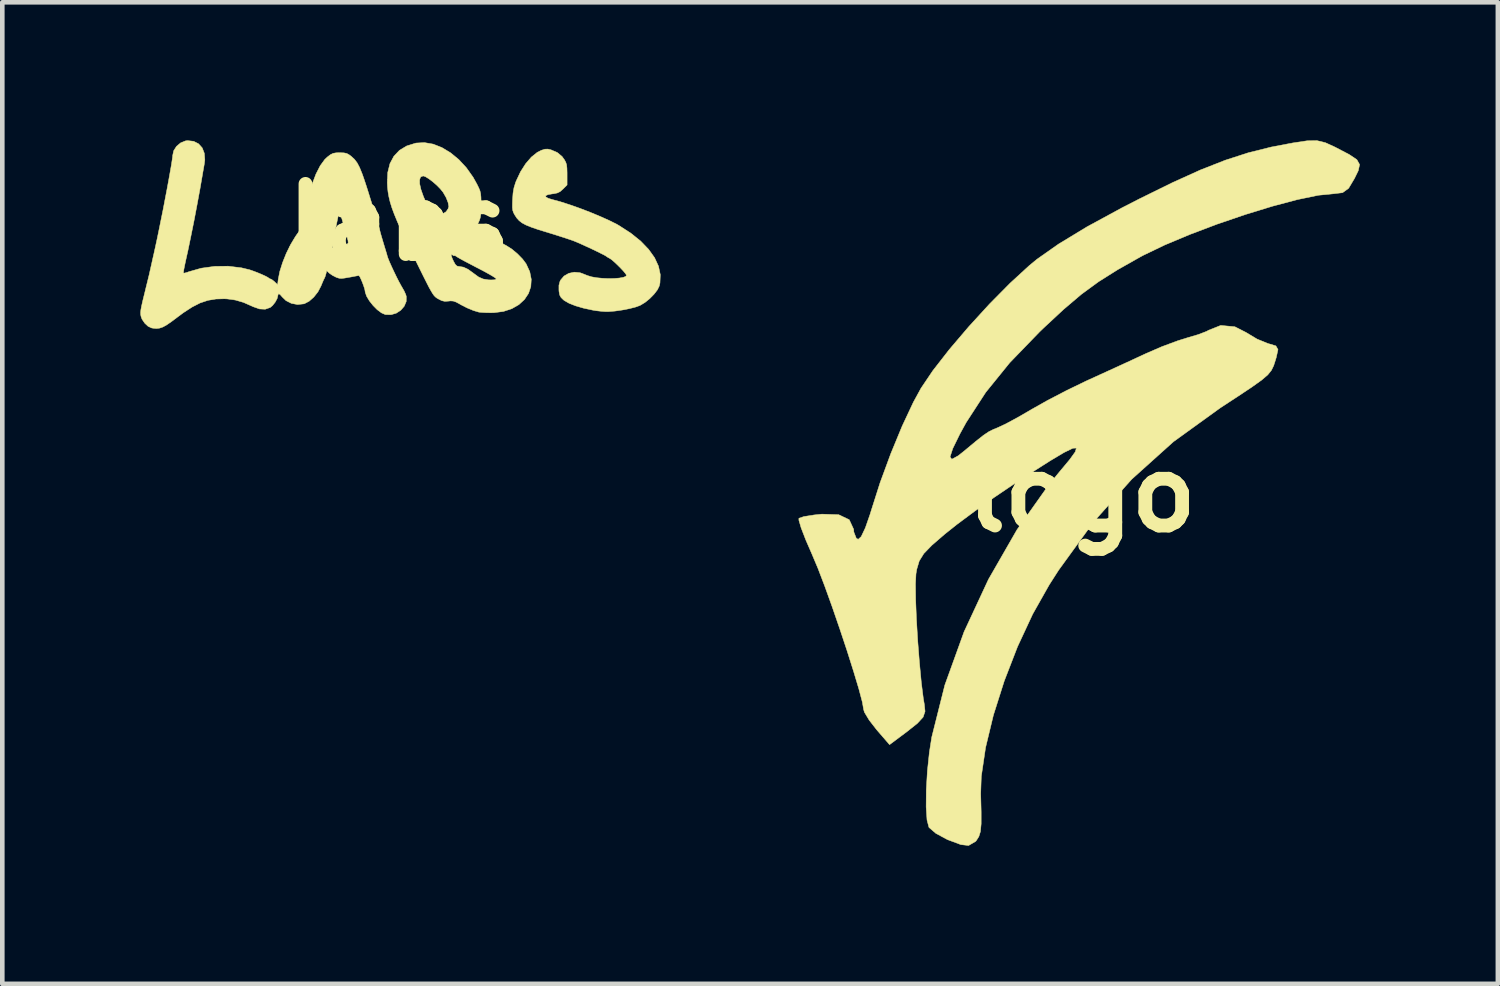
<source format=kicad_pcb>
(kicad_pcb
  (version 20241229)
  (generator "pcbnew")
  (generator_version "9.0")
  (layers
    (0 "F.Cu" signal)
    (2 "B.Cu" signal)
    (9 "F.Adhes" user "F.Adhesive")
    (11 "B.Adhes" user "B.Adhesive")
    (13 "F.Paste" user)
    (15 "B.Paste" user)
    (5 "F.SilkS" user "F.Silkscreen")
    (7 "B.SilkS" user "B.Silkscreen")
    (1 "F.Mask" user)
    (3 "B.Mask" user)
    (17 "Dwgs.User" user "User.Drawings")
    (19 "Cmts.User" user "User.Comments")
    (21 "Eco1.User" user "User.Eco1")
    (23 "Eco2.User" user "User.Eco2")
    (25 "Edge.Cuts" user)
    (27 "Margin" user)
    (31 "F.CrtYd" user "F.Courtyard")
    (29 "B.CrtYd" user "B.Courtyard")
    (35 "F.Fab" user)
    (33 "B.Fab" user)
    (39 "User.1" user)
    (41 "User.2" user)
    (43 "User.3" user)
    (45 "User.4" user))
  (footprint "logo"
    (layer "F.Cu")
    (at 20.454 7.678)
    (property "Reference" "logo" (at 0 0 0) (layer "F.SilkS") (effects (font (size 1.524 1.524) (thickness 0.3))))
    (attr through_hole)
    (fp_poly (pts (xy 5.291 -7.628) (xy 5.509 -7.528) (xy 5.51 -7.527) (xy 5.807 -7.372) (xy 5.975 -7.259) (xy 6.034 -7.153) (xy 6.005 -7.02) (xy 5.922 -6.85) (xy 5.795 -6.637) (xy 5.664 -6.542) (xy 5.469 -6.519) (xy 5.469 -6.519) (xy 5.136 -6.486) (xy 4.683 -6.392) (xy 4.144 -6.249) (xy 3.553 -6.068) (xy 2.943 -5.86) (xy 2.348 -5.635) (xy 1.801 -5.406) (xy 1.337 -5.183) (xy 1.27 -5.147) (xy 0.774 -4.867) (xy 0.363 -4.608) (xy -0.011 -4.334) (xy -0.393 -4.01) (xy -0.832 -3.602) (xy -0.92 -3.517) (xy -1.567 -2.848) (xy -2.088 -2.205) (xy -2.514 -1.549) (xy -2.65 -1.301) (xy -2.805 -0.984) (xy -2.864 -0.802) (xy -2.826 -0.751) (xy -2.689 -0.825) (xy -2.561 -0.926) (xy -2.304 -1.14) (xy -2.137 -1.272) (xy -2.021 -1.35) (xy -1.918 -1.401) (xy -1.828 -1.437) (xy -1.651 -1.52) (xy -1.388 -1.662) (xy -1.093 -1.833) (xy -1.085 -1.838) (xy -0.746 -2.029) (xy -0.331 -2.245) (xy 0.084 -2.446) (xy 0.169 -2.485) (xy 0.566 -2.666) (xy 0.976 -2.854) (xy 1.326 -3.016) (xy 1.397 -3.049) (xy 1.734 -3.195) (xy 2.078 -3.323) (xy 2.286 -3.388) (xy 2.533 -3.461) (xy 2.712 -3.53) (xy 2.752 -3.553) (xy 3.017 -3.658) (xy 3.324 -3.629) (xy 3.566 -3.506) (xy 3.807 -3.361) (xy 4.043 -3.265) (xy 4.065 -3.259) (xy 4.215 -3.214) (xy 4.261 -3.134) (xy 4.223 -2.962) (xy 4.207 -2.908) (xy 4.167 -2.784) (xy 4.118 -2.683) (xy 4.039 -2.585) (xy 3.906 -2.471) (xy 3.696 -2.321) (xy 3.388 -2.116) (xy 3.006 -1.866) (xy 1.99 -1.132) (xy 1.084 -0.317) (xy 0.26 0.604) (xy -0.506 1.66) (xy -0.709 1.977) (xy -1.068 2.613) (xy -1.398 3.322) (xy -1.686 4.066) (xy -1.922 4.809) (xy -2.092 5.513) (xy -2.185 6.141) (xy -2.198 6.514) (xy -2.188 6.909) (xy -2.188 7.171) (xy -2.204 7.338) (xy -2.238 7.447) (xy -2.294 7.535) (xy -2.307 7.551) (xy -2.461 7.641) (xy -2.63 7.621) (xy -2.92 7.513) (xy -3.171 7.378) (xy -3.321 7.249) (xy -3.322 7.247) (xy -3.364 7.089) (xy -3.383 6.805) (xy -3.38 6.436) (xy -3.356 6.024) (xy -3.312 5.609) (xy -3.261 5.286) (xy -2.977 4.155) (xy -2.559 2.998) (xy -2.029 1.859) (xy -1.409 0.78) (xy -0.718 -0.195) (xy -0.469 -0.498) (xy -0.263 -0.745) (xy -0.143 -0.912) (xy -0.119 -0.994) (xy -0.197 -0.99) (xy -0.386 -0.898) (xy -0.693 -0.715) (xy -1.127 -0.439) (xy -1.482 -0.208) (xy -1.899 0.074) (xy -2.328 0.378) (xy -2.714 0.665) (xy -2.979 0.876) (xy -3.259 1.118) (xy -3.434 1.299) (xy -3.533 1.459) (xy -3.587 1.64) (xy -3.604 1.741) (xy -3.615 1.957) (xy -3.611 2.299) (xy -3.594 2.726) (xy -3.566 3.196) (xy -3.529 3.668) (xy -3.488 4.1) (xy -3.444 4.45) (xy -3.423 4.572) (xy -3.407 4.727) (xy -3.449 4.852) (xy -3.573 4.987) (xy -3.807 5.173) (xy -3.846 5.202) (xy -4.178 5.45) (xy -4.46 5.124) (xy -4.622 4.915) (xy -4.724 4.745) (xy -4.741 4.687) (xy -4.769 4.526) (xy -4.845 4.239) (xy -4.96 3.856) (xy -5.101 3.41) (xy -5.26 2.932) (xy -5.425 2.453) (xy -5.586 2.006) (xy -5.732 1.623) (xy -5.854 1.334) (xy -5.856 1.328) (xy -5.997 1.004) (xy -6.099 0.74) (xy -6.148 0.572) (xy -6.147 0.531) (xy -6.04 0.495) (xy -5.821 0.46) (xy -5.648 0.442) (xy -5.283 0.454) (xy -5.054 0.563) (xy -4.958 0.771) (xy -4.954 0.83) (xy -4.902 0.963) (xy -4.86 0.99) (xy -4.794 0.93) (xy -4.703 0.738) (xy -4.602 0.448) (xy -4.576 0.363) (xy -4.383 -0.243) (xy -4.152 -0.87) (xy -3.905 -1.469) (xy -3.661 -1.989) (xy -3.495 -2.293) (xy -3.235 -2.679) (xy -2.878 -3.137) (xy -2.458 -3.63) (xy -2.007 -4.123) (xy -1.558 -4.577) (xy -1.144 -4.957) (xy -0.974 -5.097) (xy -0.509 -5.424) (xy 0.107 -5.798) (xy 0.865 -6.21) (xy 1.253 -6.409) (xy 1.969 -6.761) (xy 2.577 -7.036) (xy 3.114 -7.247) (xy 3.615 -7.409) (xy 4.116 -7.534) (xy 4.579 -7.622) (xy 4.892 -7.669) (xy 5.107 -7.673) (xy 5.291 -7.628)) (stroke (width 0.01) (type solid)) (fill yes) (layer "F.SilkS")))
  (footprint "labs"
    (layer "F.Cu")
    (at 5.619 1.78)
    (property "Reference" "labs" (at 0 0 0) (layer "F.SilkS") (effects (font (size 1.524 1.524) (thickness 0.3))))
    (attr through_hole)
    (fp_poly (pts (xy 3.302 -1.575) (xy 3.439 -1.516) (xy 3.543 -1.429) (xy 3.594 -1.358) (xy 3.622 -1.306) (xy 3.64 -1.251) (xy 3.648 -1.178) (xy 3.651 -1.075) (xy 3.651 -1.039) (xy 3.651 -0.812) (xy 3.562 -0.723) (xy 3.5 -0.668) (xy 3.439 -0.638) (xy 3.358 -0.621) (xy 3.328 -0.618) (xy 3.234 -0.601) (xy 3.187 -0.578) (xy 3.19 -0.551) (xy 3.241 -0.522) (xy 3.319 -0.498) (xy 3.503 -0.448) (xy 3.711 -0.381) (xy 3.932 -0.303) (xy 4.156 -0.217) (xy 4.37 -0.128) (xy 4.564 -0.041) (xy 4.727 0.04) (xy 4.782 0.072) (xy 5.036 0.236) (xy 5.25 0.408) (xy 5.422 0.587) (xy 5.552 0.769) (xy 5.637 0.953) (xy 5.676 1.136) (xy 5.669 1.318) (xy 5.654 1.383) (xy 5.613 1.467) (xy 5.54 1.562) (xy 5.446 1.658) (xy 5.342 1.742) (xy 5.24 1.803) (xy 5.233 1.807) (xy 5.132 1.843) (xy 4.997 1.877) (xy 4.846 1.906) (xy 4.693 1.928) (xy 4.554 1.939) (xy 4.494 1.94) (xy 4.396 1.933) (xy 4.281 1.92) (xy 4.205 1.907) (xy 4.01 1.865) (xy 3.838 1.815) (xy 3.697 1.76) (xy 3.595 1.702) (xy 3.574 1.686) (xy 3.519 1.632) (xy 3.491 1.581) (xy 3.477 1.509) (xy 3.474 1.474) (xy 3.474 1.368) (xy 3.496 1.285) (xy 3.511 1.254) (xy 3.585 1.167) (xy 3.688 1.108) (xy 3.808 1.083) (xy 3.932 1.095) (xy 3.976 1.11) (xy 4.044 1.137) (xy 4.094 1.157) (xy 4.182 1.184) (xy 4.294 1.204) (xy 4.418 1.216) (xy 4.548 1.222) (xy 4.672 1.22) (xy 4.783 1.211) (xy 4.871 1.196) (xy 4.927 1.174) (xy 4.942 1.151) (xy 4.925 1.12) (xy 4.881 1.066) (xy 4.818 0.998) (xy 4.747 0.927) (xy 4.676 0.86) (xy 4.616 0.809) (xy 4.58 0.785) (xy 4.528 0.756) (xy 4.5 0.736) (xy 4.471 0.718) (xy 4.406 0.685) (xy 4.316 0.64) (xy 4.21 0.589) (xy 4.096 0.536) (xy 3.985 0.485) (xy 3.886 0.441) (xy 3.809 0.409) (xy 3.732 0.381) (xy 3.619 0.343) (xy 3.482 0.299) (xy 3.33 0.251) (xy 3.195 0.21) (xy 3.011 0.153) (xy 2.867 0.103) (xy 2.757 0.058) (xy 2.673 0.013) (xy 2.61 -0.036) (xy 2.559 -0.092) (xy 2.515 -0.159) (xy 2.513 -0.162) (xy 2.486 -0.213) (xy 2.47 -0.262) (xy 2.463 -0.324) (xy 2.464 -0.413) (xy 2.467 -0.492) (xy 2.477 -0.635) (xy 2.497 -0.75) (xy 2.531 -0.861) (xy 2.545 -0.897) (xy 2.64 -1.099) (xy 2.751 -1.273) (xy 2.874 -1.416) (xy 3.003 -1.52) (xy 3.093 -1.565) (xy 3.17 -1.589) (xy 3.234 -1.591) (xy 3.302 -1.575)) (stroke (width 0.01) (type solid)) (fill yes) (layer "F.SilkS"))
    (fp_poly (pts (xy 0.742 -1.699) (xy 0.932 -1.624) (xy 1.119 -1.511) (xy 1.298 -1.364) (xy 1.463 -1.186) (xy 1.609 -0.98) (xy 1.694 -0.827) (xy 1.733 -0.747) (xy 1.759 -0.684) (xy 1.773 -0.622) (xy 1.78 -0.548) (xy 1.783 -0.445) (xy 1.783 -0.381) (xy 1.781 -0.256) (xy 1.776 -0.167) (xy 1.765 -0.1) (xy 1.746 -0.041) (xy 1.718 0.02) (xy 1.654 0.15) (xy 1.829 0.238) (xy 1.936 0.293) (xy 2.049 0.352) (xy 2.139 0.401) (xy 2.221 0.446) (xy 2.294 0.486) (xy 2.331 0.506) (xy 2.451 0.582) (xy 2.574 0.685) (xy 2.683 0.797) (xy 2.761 0.901) (xy 2.84 1.072) (xy 2.873 1.239) (xy 2.863 1.398) (xy 2.813 1.545) (xy 2.725 1.677) (xy 2.604 1.788) (xy 2.451 1.876) (xy 2.269 1.936) (xy 2.062 1.963) (xy 1.982 1.964) (xy 1.882 1.962) (xy 1.796 1.957) (xy 1.74 1.952) (xy 1.733 1.951) (xy 1.616 1.916) (xy 1.479 1.859) (xy 1.343 1.79) (xy 1.324 1.778) (xy 1.241 1.733) (xy 1.179 1.711) (xy 1.119 1.707) (xy 1.073 1.712) (xy 0.994 1.717) (xy 0.928 1.702) (xy 0.85 1.662) (xy 0.818 1.643) (xy 0.79 1.621) (xy 0.762 1.592) (xy 0.732 1.551) (xy 0.697 1.493) (xy 0.652 1.413) (xy 0.597 1.305) (xy 0.527 1.166) (xy 0.44 0.99) (xy 0.397 0.903) (xy 0.309 0.722) (xy 1.134 0.722) (xy 1.157 0.787) (xy 1.185 0.848) (xy 1.224 0.917) (xy 1.259 0.95) (xy 1.304 0.959) (xy 1.307 0.959) (xy 1.4 0.974) (xy 1.501 1.022) (xy 1.617 1.106) (xy 1.626 1.113) (xy 1.73 1.189) (xy 1.827 1.231) (xy 1.941 1.25) (xy 2 1.252) (xy 2.075 1.249) (xy 2.108 1.236) (xy 2.109 1.223) (xy 2.085 1.203) (xy 2.024 1.164) (xy 1.933 1.112) (xy 1.82 1.05) (xy 1.692 0.984) (xy 1.561 0.915) (xy 1.442 0.853) (xy 1.345 0.8) (xy 1.276 0.761) (xy 1.245 0.741) (xy 1.214 0.721) (xy 1.205 0.725) (xy 1.19 0.728) (xy 1.168 0.713) (xy 1.138 0.697) (xy 1.134 0.722) (xy 0.309 0.722) (xy 0.258 0.619) (xy 0.14 0.373) (xy 0.042 0.161) (xy -0.039 -0.021) (xy -0.104 -0.179) (xy -0.155 -0.317) (xy -0.193 -0.44) (xy -0.22 -0.553) (xy -0.239 -0.66) (xy -0.25 -0.766) (xy -0.255 -0.862) (xy -0.252 -0.931) (xy 0.447 -0.931) (xy 0.448 -0.838) (xy 0.476 -0.714) (xy 0.53 -0.561) (xy 0.595 -0.413) (xy 0.719 -0.151) (xy 0.845 -0.164) (xy 0.944 -0.184) (xy 1.011 -0.222) (xy 1.027 -0.237) (xy 1.065 -0.292) (xy 1.082 -0.341) (xy 1.082 -0.342) (xy 1.066 -0.429) (xy 1.024 -0.537) (xy 0.961 -0.647) (xy 0.954 -0.657) (xy 0.896 -0.729) (xy 0.819 -0.807) (xy 0.733 -0.882) (xy 0.648 -0.946) (xy 0.575 -0.991) (xy 0.525 -1.008) (xy 0.525 -1.008) (xy 0.472 -0.988) (xy 0.447 -0.931) (xy -0.252 -0.931) (xy -0.245 -1.084) (xy -0.197 -1.276) (xy -0.112 -1.436) (xy 0.009 -1.564) (xy 0.166 -1.659) (xy 0.357 -1.719) (xy 0.369 -1.722) (xy 0.552 -1.732) (xy 0.742 -1.699)) (stroke (width 0.01) (type solid)) (fill yes) (layer "F.SilkS"))
    (fp_poly (pts (xy -4.462 -1.76) (xy -4.355 -1.706) (xy -4.276 -1.618) (xy -4.23 -1.5) (xy -4.219 -1.357) (xy -4.229 -1.276) (xy -4.245 -1.182) (xy -4.261 -1.093) (xy -4.267 -1.057) (xy -4.323 -0.733) (xy -4.386 -0.391) (xy -4.452 -0.044) (xy -4.52 0.294) (xy -4.585 0.608) (xy -4.633 0.823) (xy -4.656 0.931) (xy -4.674 1.021) (xy -4.683 1.082) (xy -4.683 1.103) (xy -4.656 1.102) (xy -4.6 1.086) (xy -4.568 1.074) (xy -4.298 0.997) (xy -4.008 0.957) (xy -3.713 0.953) (xy -3.425 0.988) (xy -3.246 1.031) (xy -3.168 1.058) (xy -3.078 1.092) (xy -2.987 1.13) (xy -2.908 1.166) (xy -2.852 1.195) (xy -2.832 1.21) (xy -2.804 1.229) (xy -2.796 1.229) (xy -2.762 1.245) (xy -2.712 1.284) (xy -2.704 1.292) (xy -2.638 1.355) (xy -2.624 1.237) (xy -2.59 1.066) (xy -2.529 0.873) (xy -2.449 0.673) (xy -2.381 0.535) (xy -1.451 0.535) (xy -1.438 0.555) (xy -1.408 0.545) (xy -1.356 0.527) (xy -1.282 0.509) (xy -1.266 0.506) (xy -1.176 0.49) (xy -1.124 0.474) (xy -1.104 0.445) (xy -1.109 0.393) (xy -1.132 0.306) (xy -1.137 0.288) (xy -1.192 0.093) (xy -1.235 -0.055) (xy -1.267 -0.158) (xy -1.287 -0.218) (xy -1.297 -0.235) (xy -1.298 -0.235) (xy -1.305 -0.209) (xy -1.32 -0.145) (xy -1.339 -0.053) (xy -1.362 0.058) (xy -1.386 0.176) (xy -1.408 0.292) (xy -1.428 0.396) (xy -1.443 0.478) (xy -1.45 0.527) (xy -1.451 0.535) (xy -2.381 0.535) (xy -2.354 0.481) (xy -2.252 0.311) (xy -2.217 0.26) (xy -2.173 0.199) (xy -2.141 0.145) (xy -2.115 0.086) (xy -2.093 0.012) (xy -2.069 -0.088) (xy -2.042 -0.226) (xy -2.04 -0.236) (xy -1.97 -0.55) (xy -1.891 -0.821) (xy -1.805 -1.048) (xy -1.712 -1.23) (xy -1.613 -1.366) (xy -1.559 -1.417) (xy -1.49 -1.47) (xy -1.433 -1.498) (xy -1.368 -1.51) (xy -1.29 -1.512) (xy -1.198 -1.509) (xy -1.135 -1.496) (xy -1.08 -1.465) (xy -1.041 -1.436) (xy -0.968 -1.369) (xy -0.909 -1.291) (xy -0.857 -1.192) (xy -0.802 -1.057) (xy -0.795 -1.038) (xy -0.761 -0.941) (xy -0.72 -0.818) (xy -0.675 -0.678) (xy -0.63 -0.532) (xy -0.586 -0.392) (xy -0.549 -0.266) (xy -0.52 -0.165) (xy -0.504 -0.1) (xy -0.504 -0.098) (xy -0.487 -0.034) (xy -0.469 0.01) (xy -0.467 0.012) (xy -0.45 0.052) (xy -0.433 0.115) (xy -0.431 0.123) (xy -0.416 0.183) (xy -0.391 0.276) (xy -0.359 0.385) (xy -0.338 0.455) (xy -0.306 0.56) (xy -0.279 0.649) (xy -0.261 0.71) (xy -0.256 0.731) (xy -0.24 0.779) (xy -0.207 0.86) (xy -0.161 0.963) (xy -0.108 1.076) (xy -0.053 1.19) (xy -0.001 1.292) (xy 0.043 1.373) (xy 0.064 1.409) (xy 0.111 1.491) (xy 0.147 1.572) (xy 0.158 1.611) (xy 0.156 1.721) (xy 0.113 1.823) (xy 0.038 1.91) (xy -0.06 1.974) (xy -0.174 2.007) (xy -0.294 2.004) (xy -0.3 2.003) (xy -0.382 1.967) (xy -0.474 1.898) (xy -0.564 1.807) (xy -0.644 1.706) (xy -0.704 1.606) (xy -0.735 1.517) (xy -0.738 1.492) (xy -0.746 1.449) (xy -0.768 1.382) (xy -0.796 1.306) (xy -0.827 1.233) (xy -0.854 1.178) (xy -0.872 1.156) (xy -0.872 1.156) (xy -0.898 1.16) (xy -0.96 1.171) (xy -1.047 1.188) (xy -1.078 1.193) (xy -1.18 1.211) (xy -1.25 1.219) (xy -1.301 1.215) (xy -1.35 1.2) (xy -1.369 1.192) (xy -1.445 1.153) (xy -1.509 1.109) (xy -1.517 1.102) (xy -1.571 1.051) (xy -1.588 1.122) (xy -1.606 1.181) (xy -1.622 1.217) (xy -1.64 1.252) (xy -1.668 1.317) (xy -1.696 1.385) (xy -1.762 1.511) (xy -1.852 1.625) (xy -1.953 1.714) (xy -2.056 1.768) (xy -2.067 1.771) (xy -2.204 1.786) (xy -2.338 1.761) (xy -2.456 1.701) (xy -2.537 1.622) (xy -2.586 1.566) (xy -2.618 1.552) (xy -2.631 1.581) (xy -2.631 1.587) (xy -2.648 1.656) (xy -2.691 1.736) (xy -2.749 1.809) (xy -2.798 1.85) (xy -2.907 1.888) (xy -3.03 1.882) (xy -3.172 1.832) (xy -3.191 1.823) (xy -3.379 1.74) (xy -3.554 1.689) (xy -3.733 1.664) (xy -3.794 1.661) (xy -3.979 1.666) (xy -4.152 1.695) (xy -4.322 1.752) (xy -4.496 1.841) (xy -4.684 1.963) (xy -4.808 2.055) (xy -4.941 2.155) (xy -5.045 2.227) (xy -5.129 2.274) (xy -5.202 2.299) (xy -5.271 2.307) (xy -5.346 2.3) (xy -5.378 2.294) (xy -5.452 2.259) (xy -5.525 2.191) (xy -5.583 2.105) (xy -5.603 2.052) (xy -5.612 2.01) (xy -5.614 1.964) (xy -5.609 1.904) (xy -5.594 1.823) (xy -5.569 1.711) (xy -5.532 1.561) (xy -5.53 1.554) (xy -5.497 1.417) (xy -5.467 1.296) (xy -5.443 1.198) (xy -5.427 1.133) (xy -5.422 1.111) (xy -5.414 1.074) (xy -5.397 0.998) (xy -5.373 0.892) (xy -5.345 0.766) (xy -5.327 0.688) (xy -5.291 0.525) (xy -5.251 0.339) (xy -5.209 0.136) (xy -5.166 -0.077) (xy -5.122 -0.294) (xy -5.081 -0.51) (xy -5.041 -0.718) (xy -5.005 -0.912) (xy -4.974 -1.086) (xy -4.948 -1.233) (xy -4.93 -1.349) (xy -4.919 -1.426) (xy -4.918 -1.45) (xy -4.895 -1.556) (xy -4.834 -1.651) (xy -4.745 -1.726) (xy -4.64 -1.769) (xy -4.595 -1.775) (xy -4.462 -1.76)) (stroke (width 0.01) (type solid)) (fill yes) (layer "F.SilkS")))
  (gr_rect
    (start -3 -3)
    (end 29.492 18.325)
    (stroke (width 0.1) (type default))
    (fill no)
    (layer "Edge.Cuts")))
</source>
